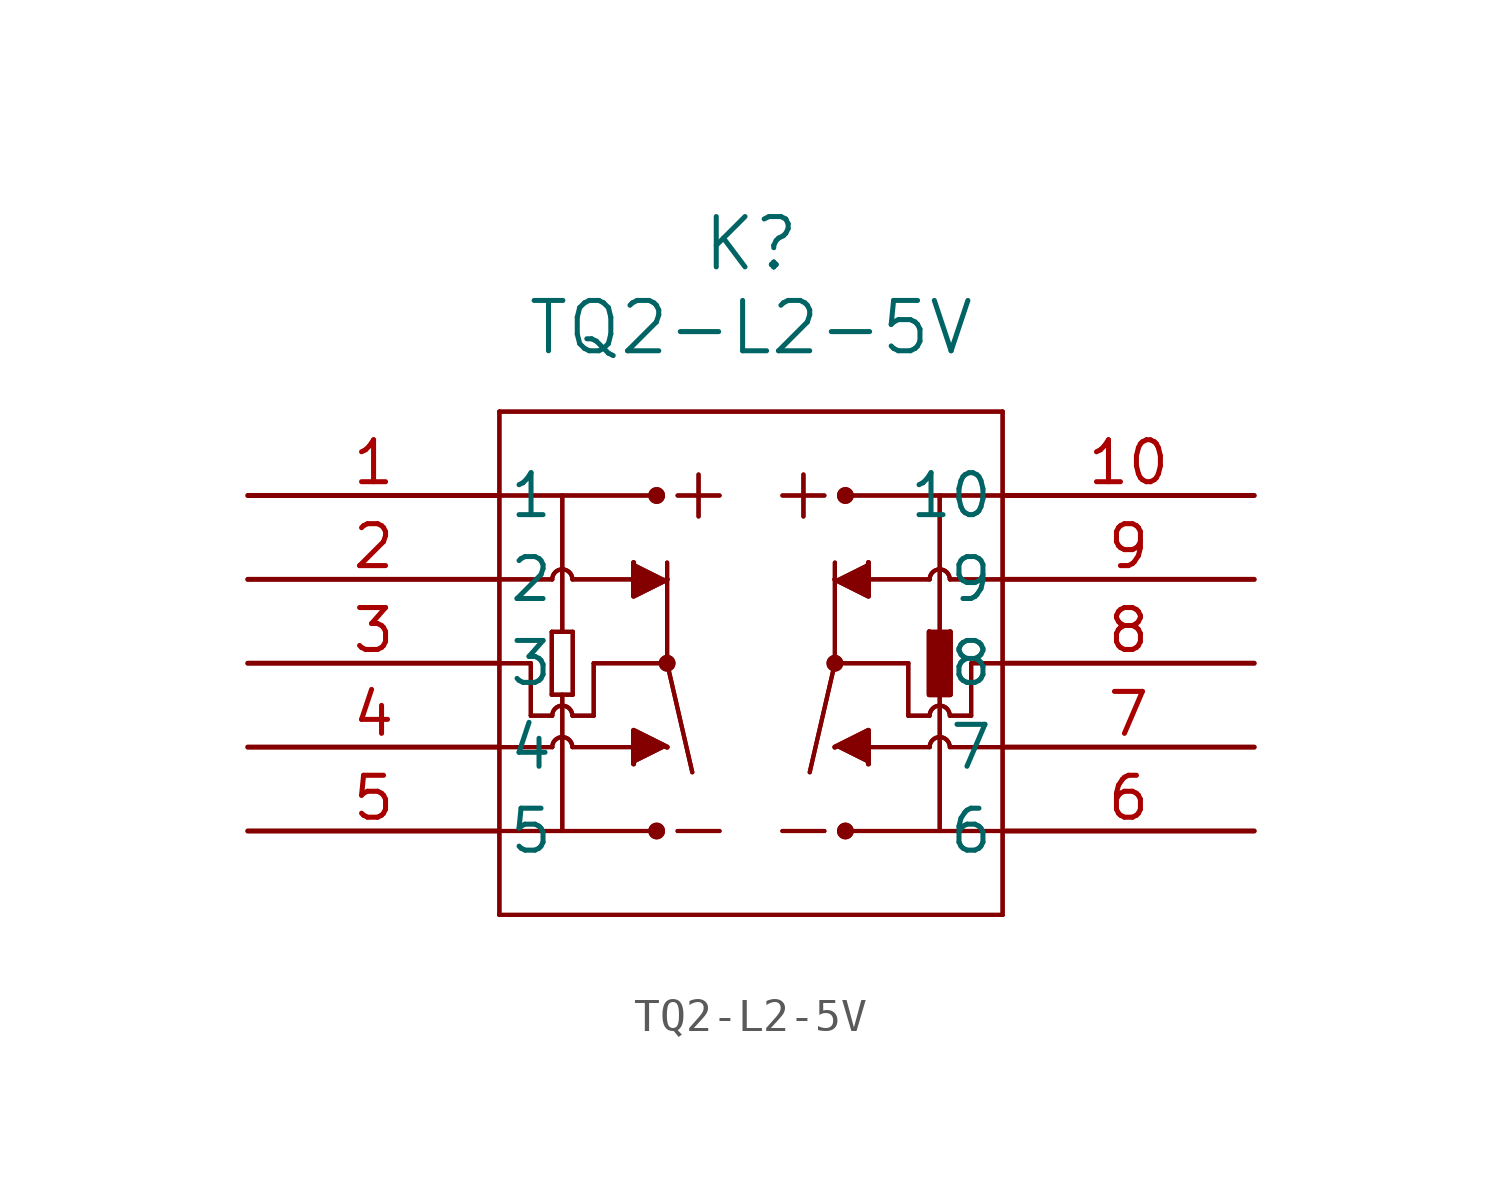
<source format=kicad_sym>
(kicad_symbol_lib
  (version 20211014)
  (generator kicad_symbol_editor)
  (symbol "TQ2-L2-5V"
    (pin_names
      (offset 0.254))
    (property "Reference" "K"
      (at 15.24 7.62 0)
      (effects (font (size 1.524 1.524))))
    (property "Value" "TQ2-L2-5V"
      (at 15.24 5.08 0)
      (effects (font (size 1.524 1.524))))
    (symbol "TQ2-L2-5V_0_1"
      (polyline (pts (xy 7.62 2.54) (xy 7.62 -12.7)) (stroke (width 0.127) (type default) (color 0 0 0 0)) (fill (type none)))
      (polyline (pts (xy 7.62 -12.7) (xy 22.86 -12.7)) (stroke (width 0.127) (type default) (color 0 0 0 0)) (fill (type none)))
      (polyline (pts (xy 22.86 -12.7) (xy 22.86 2.54)) (stroke (width 0.127) (type default) (color 0 0 0 0)) (fill (type none)))
      (polyline (pts (xy 22.86 2.54) (xy 7.62 2.54)) (stroke (width 0.127) (type default) (color 0 0 0 0)) (fill (type none)))
      (polyline (pts (xy 7.62 0) (xy 12.383 0)) (stroke (width 0.127) (type default) (color 0 0 0 0)) (fill (type none)))
      (polyline (pts (xy 18.098 0) (xy 22.86 0)) (stroke (width 0.127) (type default) (color 0 0 0 0)) (fill (type none)))
      (polyline (pts (xy 9.525 -4.128) (xy 9.525 0)) (stroke (width 0.127) (type default) (color 0 0 0 0)) (fill (type none)))
      (polyline (pts (xy 22.86 -10.16) (xy 18.098 -10.16)) (stroke (width 0.127) (type default) (color 0 0 0 0)) (fill (type none)))
      (polyline (pts (xy 22.86 -5.08) (xy 21.907 -5.08)) (stroke (width 0.127) (type default) (color 0 0 0 0)) (fill (type none)))
      (polyline (pts (xy 7.62 -10.16) (xy 12.383 -10.16)) (stroke (width 0.127) (type default) (color 0 0 0 0)) (fill (type none)))
      (polyline (pts (xy 14.287 0) (xy 13.018 0)) (stroke (width 0.127) (type default) (color 0 0 0 0)) (fill (type none)))
      (polyline (pts (xy 13.652 0.635) (xy 13.652 -0.635)) (stroke (width 0.127) (type default) (color 0 0 0 0)) (fill (type none)))
      (polyline (pts (xy 17.462 0) (xy 16.192 0)) (stroke (width 0.127) (type default) (color 0 0 0 0)) (fill (type none)))
      (polyline (pts (xy 7.62 -5.08) (xy 8.572 -5.08)) (stroke (width 0.127) (type default) (color 0 0 0 0)) (fill (type none)))
      (polyline (pts (xy 7.62 -2.54) (xy 9.22 -2.54)) (stroke (width 0.127) (type default) (color 0 0 0 0)) (fill (type none)))
      (polyline (pts (xy 7.62 -7.62) (xy 9.22 -7.62)) (stroke (width 0.127) (type default) (color 0 0 0 0)) (fill (type none)))
      (polyline (pts (xy 12.7 -5.08) (xy 12.7 -2.032)) (stroke (width 0.127) (type default) (color 0 0 0 0)) (fill (type none)))
      (polyline (pts (xy 12.7 -5.08) (xy 13.462 -8.382)) (stroke (width 0.127) (type default) (color 0 0 0 0)) (fill (type none)))
      (circle (center 12.7 -5.08) (radius 0.127) (stroke (width 0.254) (type default) (color 0 0 0 0)) (fill (type none)))
      (polyline (pts (xy 20.003 -5.08) (xy 17.78 -5.08)) (stroke (width 0.127) (type default) (color 0 0 0 0)) (fill (type none)))
      (polyline (pts (xy 20.65 -2.54) (xy 18.415 -2.54)) (stroke (width 0.127) (type default) (color 0 0 0 0)) (fill (type none)))
      (polyline (pts (xy 20.65 -7.62) (xy 18.288 -7.62)) (stroke (width 0.127) (type default) (color 0 0 0 0)) (fill (type none)))
      (polyline (pts (xy 17.78 -5.08) (xy 17.78 -2.032)) (stroke (width 0.127) (type default) (color 0 0 0 0)) (fill (type none)))
      (polyline (pts (xy 17.78 -5.08) (xy 17.018 -8.382)) (stroke (width 0.127) (type default) (color 0 0 0 0)) (fill (type none)))
      (circle (center 17.78 -5.08) (radius 0.127) (stroke (width 0.254) (type default) (color 0 0 0 0)) (fill (type none)))
      (polyline (pts (xy 12.7 -2.54) (xy 11.684 -3.048) (xy 11.684 -2.032)) (stroke (width 0) (type default) (color 0 0 0 0)) (fill (type outline)))
      (polyline (pts (xy 12.7 -7.62) (xy 11.684 -7.112) (xy 11.684 -8.128)) (stroke (width 0) (type default) (color 0 0 0 0)) (fill (type outline)))
      (polyline (pts (xy 17.78 -2.54) (xy 18.796 -3.048) (xy 18.796 -2.032)) (stroke (width 0) (type default) (color 0 0 0 0)) (fill (type outline)))
      (polyline (pts (xy 17.78 -7.62) (xy 18.796 -7.112) (xy 18.796 -8.128)) (stroke (width 0) (type default) (color 0 0 0 0)) (fill (type outline)))
      (polyline (pts (xy 16.828 0.635) (xy 16.828 -0.635)) (stroke (width 0.127) (type default) (color 0 0 0 0)) (fill (type none)))
      (circle (center 12.383 0) (radius 0.127) (stroke (width 0.254) (type default) (color 0 0 0 0)) (fill (type none)))
      (circle (center 18.098 0) (radius 0.127) (stroke (width 0.254) (type default) (color 0 0 0 0)) (fill (type none)))
      (polyline (pts (xy 21.273 -7.62) (xy 22.86 -7.62)) (stroke (width 0.127) (type default) (color 0 0 0 0)) (fill (type none)))
      (arc (start 21.2598 -7.62) (mid 20.955 -7.3152) (end 20.6502 -7.62) (stroke (width 0.127) (type default) (color 0 0 0 0)) (fill (type none)))
      (arc (start 9.8298 -6.6675) (mid 9.525 -6.3627) (end 9.2202 -6.6675) (stroke (width 0.127) (type default) (color 0 0 0 0)) (fill (type none)))
      (polyline (pts (xy 20.955 -4.128) (xy 20.955 0)) (stroke (width 0.127) (type default) (color 0 0 0 0)) (fill (type none)))
      (polyline (pts (xy 20.955 -6.032) (xy 20.955 -10.16)) (stroke (width 0.127) (type default) (color 0 0 0 0)) (fill (type none)))
      (polyline (pts (xy 9.207 -4.128) (xy 9.207 -6.032)) (stroke (width 0.127) (type default) (color 0 0 0 0)) (fill (type none)))
      (polyline (pts (xy 21.273 -2.54) (xy 22.86 -2.54)) (stroke (width 0.127) (type default) (color 0 0 0 0)) (fill (type none)))
      (polyline (pts (xy 9.207 -6.032) (xy 9.842 -6.032)) (stroke (width 0.127) (type default) (color 0 0 0 0)) (fill (type none)))
      (arc (start 21.2598 -2.54) (mid 20.955 -2.2352) (end 20.6502 -2.54) (stroke (width 0.127) (type default) (color 0 0 0 0)) (fill (type none)))
      (polyline (pts (xy 9.842 -6.032) (xy 9.842 -4.128)) (stroke (width 0.127) (type default) (color 0 0 0 0)) (fill (type none)))
      (polyline (pts (xy 10.477 -5.08) (xy 12.7 -5.08)) (stroke (width 0.127) (type default) (color 0 0 0 0)) (fill (type none)))
      (polyline (pts (xy 14.287 -10.16) (xy 13.018 -10.16)) (stroke (width 0.127) (type default) (color 0 0 0 0)) (fill (type none)))
      (polyline (pts (xy 17.462 -10.16) (xy 16.192 -10.16)) (stroke (width 0.127) (type default) (color 0 0 0 0)) (fill (type none)))
      (circle (center 12.383 -10.16) (radius 0.127) (stroke (width 0.254) (type default) (color 0 0 0 0)) (fill (type none)))
      (circle (center 18.098 -10.16) (radius 0.127) (stroke (width 0.254) (type default) (color 0 0 0 0)) (fill (type none)))
      (polyline (pts (xy 9.842 -4.128) (xy 9.207 -4.128)) (stroke (width 0.127) (type default) (color 0 0 0 0)) (fill (type none)))
      (polyline (pts (xy 20.637 -4.128) (xy 20.637 -6.032)) (stroke (width 0.127) (type default) (color 0 0 0 0)) (fill (type none)))
      (polyline (pts (xy 20.637 -6.032) (xy 21.273 -6.032)) (stroke (width 0.127) (type default) (color 0 0 0 0)) (fill (type none)))
      (polyline (pts (xy 21.273 -6.032) (xy 21.273 -4.128)) (stroke (width 0.127) (type default) (color 0 0 0 0)) (fill (type none)))
      (polyline (pts (xy 21.273 -4.128) (xy 20.637 -4.128)) (stroke (width 0.127) (type default) (color 0 0 0 0)) (fill (type none)))
      (polyline (pts (xy 20.637 -4.128) (xy 20.637 -6.032) (xy 21.273 -6.032) (xy 21.273 -4.128)) (stroke (width 0) (type default) (color 0 0 0 0)) (fill (type outline)))
      (polyline (pts (xy 9.525 -10.16) (xy 9.525 -6.032)) (stroke (width 0.127) (type default) (color 0 0 0 0)) (fill (type none)))
      (polyline (pts (xy 8.572 -6.668) (xy 8.572 -5.08)) (stroke (width 0.127) (type default) (color 0 0 0 0)) (fill (type none)))
      (polyline (pts (xy 21.907 -6.668) (xy 21.907 -5.08)) (stroke (width 0.127) (type default) (color 0 0 0 0)) (fill (type none)))
      (polyline (pts (xy 9.842 -7.62) (xy 12.065 -7.62)) (stroke (width 0.127) (type default) (color 0 0 0 0)) (fill (type none)))
      (arc (start 9.8298 -7.62) (mid 9.525 -7.3152) (end 9.2202 -7.62) (stroke (width 0.127) (type default) (color 0 0 0 0)) (fill (type none)))
      (polyline (pts (xy 9.842 -2.54) (xy 12.065 -2.54)) (stroke (width 0.127) (type default) (color 0 0 0 0)) (fill (type none)))
      (arc (start 9.8298 -2.54) (mid 9.525 -2.2352) (end 9.2202 -2.54) (stroke (width 0.127) (type default) (color 0 0 0 0)) (fill (type none)))
      (arc (start 21.2598 -6.6675) (mid 20.955 -6.3627) (end 20.6502 -6.6675) (stroke (width 0.127) (type default) (color 0 0 0 0)) (fill (type none)))
      (polyline (pts (xy 20.003 -6.668) (xy 20.003 -5.08)) (stroke (width 0.127) (type default) (color 0 0 0 0)) (fill (type none)))
      (polyline (pts (xy 10.477 -6.668) (xy 10.477 -5.08)) (stroke (width 0.127) (type default) (color 0 0 0 0)) (fill (type none)))
      (polyline (pts (xy 20.637 -6.668) (xy 20.003 -6.668)) (stroke (width 0.127) (type default) (color 0 0 0 0)) (fill (type none)))
      (polyline (pts (xy 21.907 -6.668) (xy 21.273 -6.668)) (stroke (width 0.127) (type default) (color 0 0 0 0)) (fill (type none)))
      (polyline (pts (xy 9.842 -6.668) (xy 10.477 -6.668)) (stroke (width 0.127) (type default) (color 0 0 0 0)) (fill (type none)))
      (polyline (pts (xy 8.572 -6.668) (xy 9.22 -6.668)) (stroke (width 0.127) (type default) (color 0 0 0 0)) (fill (type none)))
      (pin unspecified line (at 0 0 0) (length 7.62) (name "1" (effects (font (size 1.27 1.27)))) (number "1" (effects (font (size 1.27 1.27)))))
      (pin unspecified line (at 0 -2.54 0) (length 7.62) (name "2" (effects (font (size 1.27 1.27)))) (number "2" (effects (font (size 1.27 1.27)))))
      (pin unspecified line (at 0 -5.08 0) (length 7.62) (name "3" (effects (font (size 1.27 1.27)))) (number "3" (effects (font (size 1.27 1.27)))))
      (pin unspecified line (at 0 -7.62 0) (length 7.62) (name "4" (effects (font (size 1.27 1.27)))) (number "4" (effects (font (size 1.27 1.27)))))
      (pin unspecified line (at 0 -10.16 0) (length 7.62) (name "5" (effects (font (size 1.27 1.27)))) (number "5" (effects (font (size 1.27 1.27)))))
      (pin unspecified line (at 30.48 -10.16 180) (length 7.62) (name "6" (effects (font (size 1.27 1.27)))) (number "6" (effects (font (size 1.27 1.27)))))
      (pin unspecified line (at 30.48 -7.62 180) (length 7.62) (name "7" (effects (font (size 1.27 1.27)))) (number "7" (effects (font (size 1.27 1.27)))))
      (pin unspecified line (at 30.48 -5.08 180) (length 7.62) (name "8" (effects (font (size 1.27 1.27)))) (number "8" (effects (font (size 1.27 1.27)))))
      (pin unspecified line (at 30.48 -2.54 180) (length 7.62) (name "9" (effects (font (size 1.27 1.27)))) (number "9" (effects (font (size 1.27 1.27)))))
      (pin unspecified line (at 30.48 0 180) (length 7.62) (name "10" (effects (font (size 1.27 1.27)))) (number "10" (effects (font (size 1.27 1.27))))))
    (symbol "TQ2-L2-5V_0_1"
      (polyline (pts (xy 7.62 2.54) (xy 7.62 -12.7)) (stroke (width 0.127) (type default) (color 0 0 0 0)) (fill (type none)))
      (polyline (pts (xy 7.62 -12.7) (xy 22.86 -12.7)) (stroke (width 0.127) (type default) (color 0 0 0 0)) (fill (type none)))
      (polyline (pts (xy 22.86 -12.7) (xy 22.86 2.54)) (stroke (width 0.127) (type default) (color 0 0 0 0)) (fill (type none)))
      (polyline (pts (xy 22.86 2.54) (xy 7.62 2.54)) (stroke (width 0.127) (type default) (color 0 0 0 0)) (fill (type none)))
      (polyline (pts (xy 7.62 0) (xy 12.383 0)) (stroke (width 0.127) (type default) (color 0 0 0 0)) (fill (type none)))
      (polyline (pts (xy 18.098 0) (xy 22.86 0)) (stroke (width 0.127) (type default) (color 0 0 0 0)) (fill (type none)))
      (polyline (pts (xy 9.525 -4.128) (xy 9.525 0)) (stroke (width 0.127) (type default) (color 0 0 0 0)) (fill (type none)))
      (polyline (pts (xy 22.86 -10.16) (xy 18.098 -10.16)) (stroke (width 0.127) (type default) (color 0 0 0 0)) (fill (type none)))
      (polyline (pts (xy 22.86 -5.08) (xy 21.907 -5.08)) (stroke (width 0.127) (type default) (color 0 0 0 0)) (fill (type none)))
      (polyline (pts (xy 7.62 -10.16) (xy 12.383 -10.16)) (stroke (width 0.127) (type default) (color 0 0 0 0)) (fill (type none)))
      (polyline (pts (xy 14.287 0) (xy 13.018 0)) (stroke (width 0.127) (type default) (color 0 0 0 0)) (fill (type none)))
      (polyline (pts (xy 13.652 0.635) (xy 13.652 -0.635)) (stroke (width 0.127) (type default) (color 0 0 0 0)) (fill (type none)))
      (polyline (pts (xy 17.462 0) (xy 16.192 0)) (stroke (width 0.127) (type default) (color 0 0 0 0)) (fill (type none)))
      (polyline (pts (xy 7.62 -5.08) (xy 8.572 -5.08)) (stroke (width 0.127) (type default) (color 0 0 0 0)) (fill (type none)))
      (polyline (pts (xy 7.62 -2.54) (xy 9.22 -2.54)) (stroke (width 0.127) (type default) (color 0 0 0 0)) (fill (type none)))
      (polyline (pts (xy 7.62 -7.62) (xy 9.22 -7.62)) (stroke (width 0.127) (type default) (color 0 0 0 0)) (fill (type none)))
      (polyline (pts (xy 12.7 -5.08) (xy 12.7 -2.032)) (stroke (width 0.127) (type default) (color 0 0 0 0)) (fill (type none)))
      (polyline (pts (xy 12.7 -5.08) (xy 13.462 -8.382)) (stroke (width 0.127) (type default) (color 0 0 0 0)) (fill (type none)))
      (circle (center 12.7 -5.08) (radius 0.127) (stroke (width 0.254) (type default) (color 0 0 0 0)) (fill (type none)))
      (polyline (pts (xy 20.003 -5.08) (xy 17.78 -5.08)) (stroke (width 0.127) (type default) (color 0 0 0 0)) (fill (type none)))
      (polyline (pts (xy 20.65 -2.54) (xy 18.415 -2.54)) (stroke (width 0.127) (type default) (color 0 0 0 0)) (fill (type none)))
      (polyline (pts (xy 20.65 -7.62) (xy 18.288 -7.62)) (stroke (width 0.127) (type default) (color 0 0 0 0)) (fill (type none)))
      (polyline (pts (xy 17.78 -5.08) (xy 17.78 -2.032)) (stroke (width 0.127) (type default) (color 0 0 0 0)) (fill (type none)))
      (polyline (pts (xy 17.78 -5.08) (xy 17.018 -8.382)) (stroke (width 0.127) (type default) (color 0 0 0 0)) (fill (type none)))
      (circle (center 17.78 -5.08) (radius 0.127) (stroke (width 0.254) (type default) (color 0 0 0 0)) (fill (type none)))
      (polyline (pts (xy 12.7 -2.54) (xy 11.684 -3.048) (xy 11.684 -2.032)) (stroke (width 0) (type default) (color 0 0 0 0)) (fill (type outline)))
      (polyline (pts (xy 12.7 -7.62) (xy 11.684 -7.112) (xy 11.684 -8.128)) (stroke (width 0) (type default) (color 0 0 0 0)) (fill (type outline)))
      (polyline (pts (xy 17.78 -2.54) (xy 18.796 -3.048) (xy 18.796 -2.032)) (stroke (width 0) (type default) (color 0 0 0 0)) (fill (type outline)))
      (polyline (pts (xy 17.78 -7.62) (xy 18.796 -7.112) (xy 18.796 -8.128)) (stroke (width 0) (type default) (color 0 0 0 0)) (fill (type outline)))
      (polyline (pts (xy 16.828 0.635) (xy 16.828 -0.635)) (stroke (width 0.127) (type default) (color 0 0 0 0)) (fill (type none)))
      (circle (center 12.383 0) (radius 0.127) (stroke (width 0.254) (type default) (color 0 0 0 0)) (fill (type none)))
      (circle (center 18.098 0) (radius 0.127) (stroke (width 0.254) (type default) (color 0 0 0 0)) (fill (type none)))
      (polyline (pts (xy 21.273 -7.62) (xy 22.86 -7.62)) (stroke (width 0.127) (type default) (color 0 0 0 0)) (fill (type none)))
      (arc (start 21.2598 -7.62) (mid 20.955 -7.3152) (end 20.6502 -7.62) (stroke (width 0.127) (type default) (color 0 0 0 0)) (fill (type none)))
      (arc (start 9.8298 -6.6675) (mid 9.525 -6.3627) (end 9.2202 -6.6675) (stroke (width 0.127) (type default) (color 0 0 0 0)) (fill (type none)))
      (polyline (pts (xy 20.955 -4.128) (xy 20.955 0)) (stroke (width 0.127) (type default) (color 0 0 0 0)) (fill (type none)))
      (polyline (pts (xy 20.955 -6.032) (xy 20.955 -10.16)) (stroke (width 0.127) (type default) (color 0 0 0 0)) (fill (type none)))
      (polyline (pts (xy 9.207 -4.128) (xy 9.207 -6.032)) (stroke (width 0.127) (type default) (color 0 0 0 0)) (fill (type none)))
      (polyline (pts (xy 21.273 -2.54) (xy 22.86 -2.54)) (stroke (width 0.127) (type default) (color 0 0 0 0)) (fill (type none)))
      (polyline (pts (xy 9.207 -6.032) (xy 9.842 -6.032)) (stroke (width 0.127) (type default) (color 0 0 0 0)) (fill (type none)))
      (arc (start 21.2598 -2.54) (mid 20.955 -2.2352) (end 20.6502 -2.54) (stroke (width 0.127) (type default) (color 0 0 0 0)) (fill (type none)))
      (polyline (pts (xy 9.842 -6.032) (xy 9.842 -4.128)) (stroke (width 0.127) (type default) (color 0 0 0 0)) (fill (type none)))
      (polyline (pts (xy 10.477 -5.08) (xy 12.7 -5.08)) (stroke (width 0.127) (type default) (color 0 0 0 0)) (fill (type none)))
      (polyline (pts (xy 14.287 -10.16) (xy 13.018 -10.16)) (stroke (width 0.127) (type default) (color 0 0 0 0)) (fill (type none)))
      (polyline (pts (xy 17.462 -10.16) (xy 16.192 -10.16)) (stroke (width 0.127) (type default) (color 0 0 0 0)) (fill (type none)))
      (circle (center 12.383 -10.16) (radius 0.127) (stroke (width 0.254) (type default) (color 0 0 0 0)) (fill (type none)))
      (circle (center 18.098 -10.16) (radius 0.127) (stroke (width 0.254) (type default) (color 0 0 0 0)) (fill (type none)))
      (polyline (pts (xy 9.842 -4.128) (xy 9.207 -4.128)) (stroke (width 0.127) (type default) (color 0 0 0 0)) (fill (type none)))
      (polyline (pts (xy 20.637 -4.128) (xy 20.637 -6.032)) (stroke (width 0.127) (type default) (color 0 0 0 0)) (fill (type none)))
      (polyline (pts (xy 20.637 -6.032) (xy 21.273 -6.032)) (stroke (width 0.127) (type default) (color 0 0 0 0)) (fill (type none)))
      (polyline (pts (xy 21.273 -6.032) (xy 21.273 -4.128)) (stroke (width 0.127) (type default) (color 0 0 0 0)) (fill (type none)))
      (polyline (pts (xy 21.273 -4.128) (xy 20.637 -4.128)) (stroke (width 0.127) (type default) (color 0 0 0 0)) (fill (type none)))
      (polyline (pts (xy 20.637 -4.128) (xy 20.637 -6.032) (xy 21.273 -6.032) (xy 21.273 -4.128)) (stroke (width 0) (type default) (color 0 0 0 0)) (fill (type outline)))
      (polyline (pts (xy 9.525 -10.16) (xy 9.525 -6.032)) (stroke (width 0.127) (type default) (color 0 0 0 0)) (fill (type none)))
      (polyline (pts (xy 8.572 -6.668) (xy 8.572 -5.08)) (stroke (width 0.127) (type default) (color 0 0 0 0)) (fill (type none)))
      (polyline (pts (xy 21.907 -6.668) (xy 21.907 -5.08)) (stroke (width 0.127) (type default) (color 0 0 0 0)) (fill (type none)))
      (polyline (pts (xy 9.842 -7.62) (xy 12.065 -7.62)) (stroke (width 0.127) (type default) (color 0 0 0 0)) (fill (type none)))
      (arc (start 9.8298 -7.62) (mid 9.525 -7.3152) (end 9.2202 -7.62) (stroke (width 0.127) (type default) (color 0 0 0 0)) (fill (type none)))
      (polyline (pts (xy 9.842 -2.54) (xy 12.065 -2.54)) (stroke (width 0.127) (type default) (color 0 0 0 0)) (fill (type none)))
      (arc (start 9.8298 -2.54) (mid 9.525 -2.2352) (end 9.2202 -2.54) (stroke (width 0.127) (type default) (color 0 0 0 0)) (fill (type none)))
      (arc (start 21.2598 -6.6675) (mid 20.955 -6.3627) (end 20.6502 -6.6675) (stroke (width 0.127) (type default) (color 0 0 0 0)) (fill (type none)))
      (polyline (pts (xy 20.003 -6.668) (xy 20.003 -5.08)) (stroke (width 0.127) (type default) (color 0 0 0 0)) (fill (type none)))
      (polyline (pts (xy 10.477 -6.668) (xy 10.477 -5.08)) (stroke (width 0.127) (type default) (color 0 0 0 0)) (fill (type none)))
      (polyline (pts (xy 20.637 -6.668) (xy 20.003 -6.668)) (stroke (width 0.127) (type default) (color 0 0 0 0)) (fill (type none)))
      (polyline (pts (xy 21.907 -6.668) (xy 21.273 -6.668)) (stroke (width 0.127) (type default) (color 0 0 0 0)) (fill (type none)))
      (polyline (pts (xy 9.842 -6.668) (xy 10.477 -6.668)) (stroke (width 0.127) (type default) (color 0 0 0 0)) (fill (type none)))
      (polyline (pts (xy 8.572 -6.668) (xy 9.22 -6.668)) (stroke (width 0.127) (type default) (color 0 0 0 0)) (fill (type none))))))
</source>
